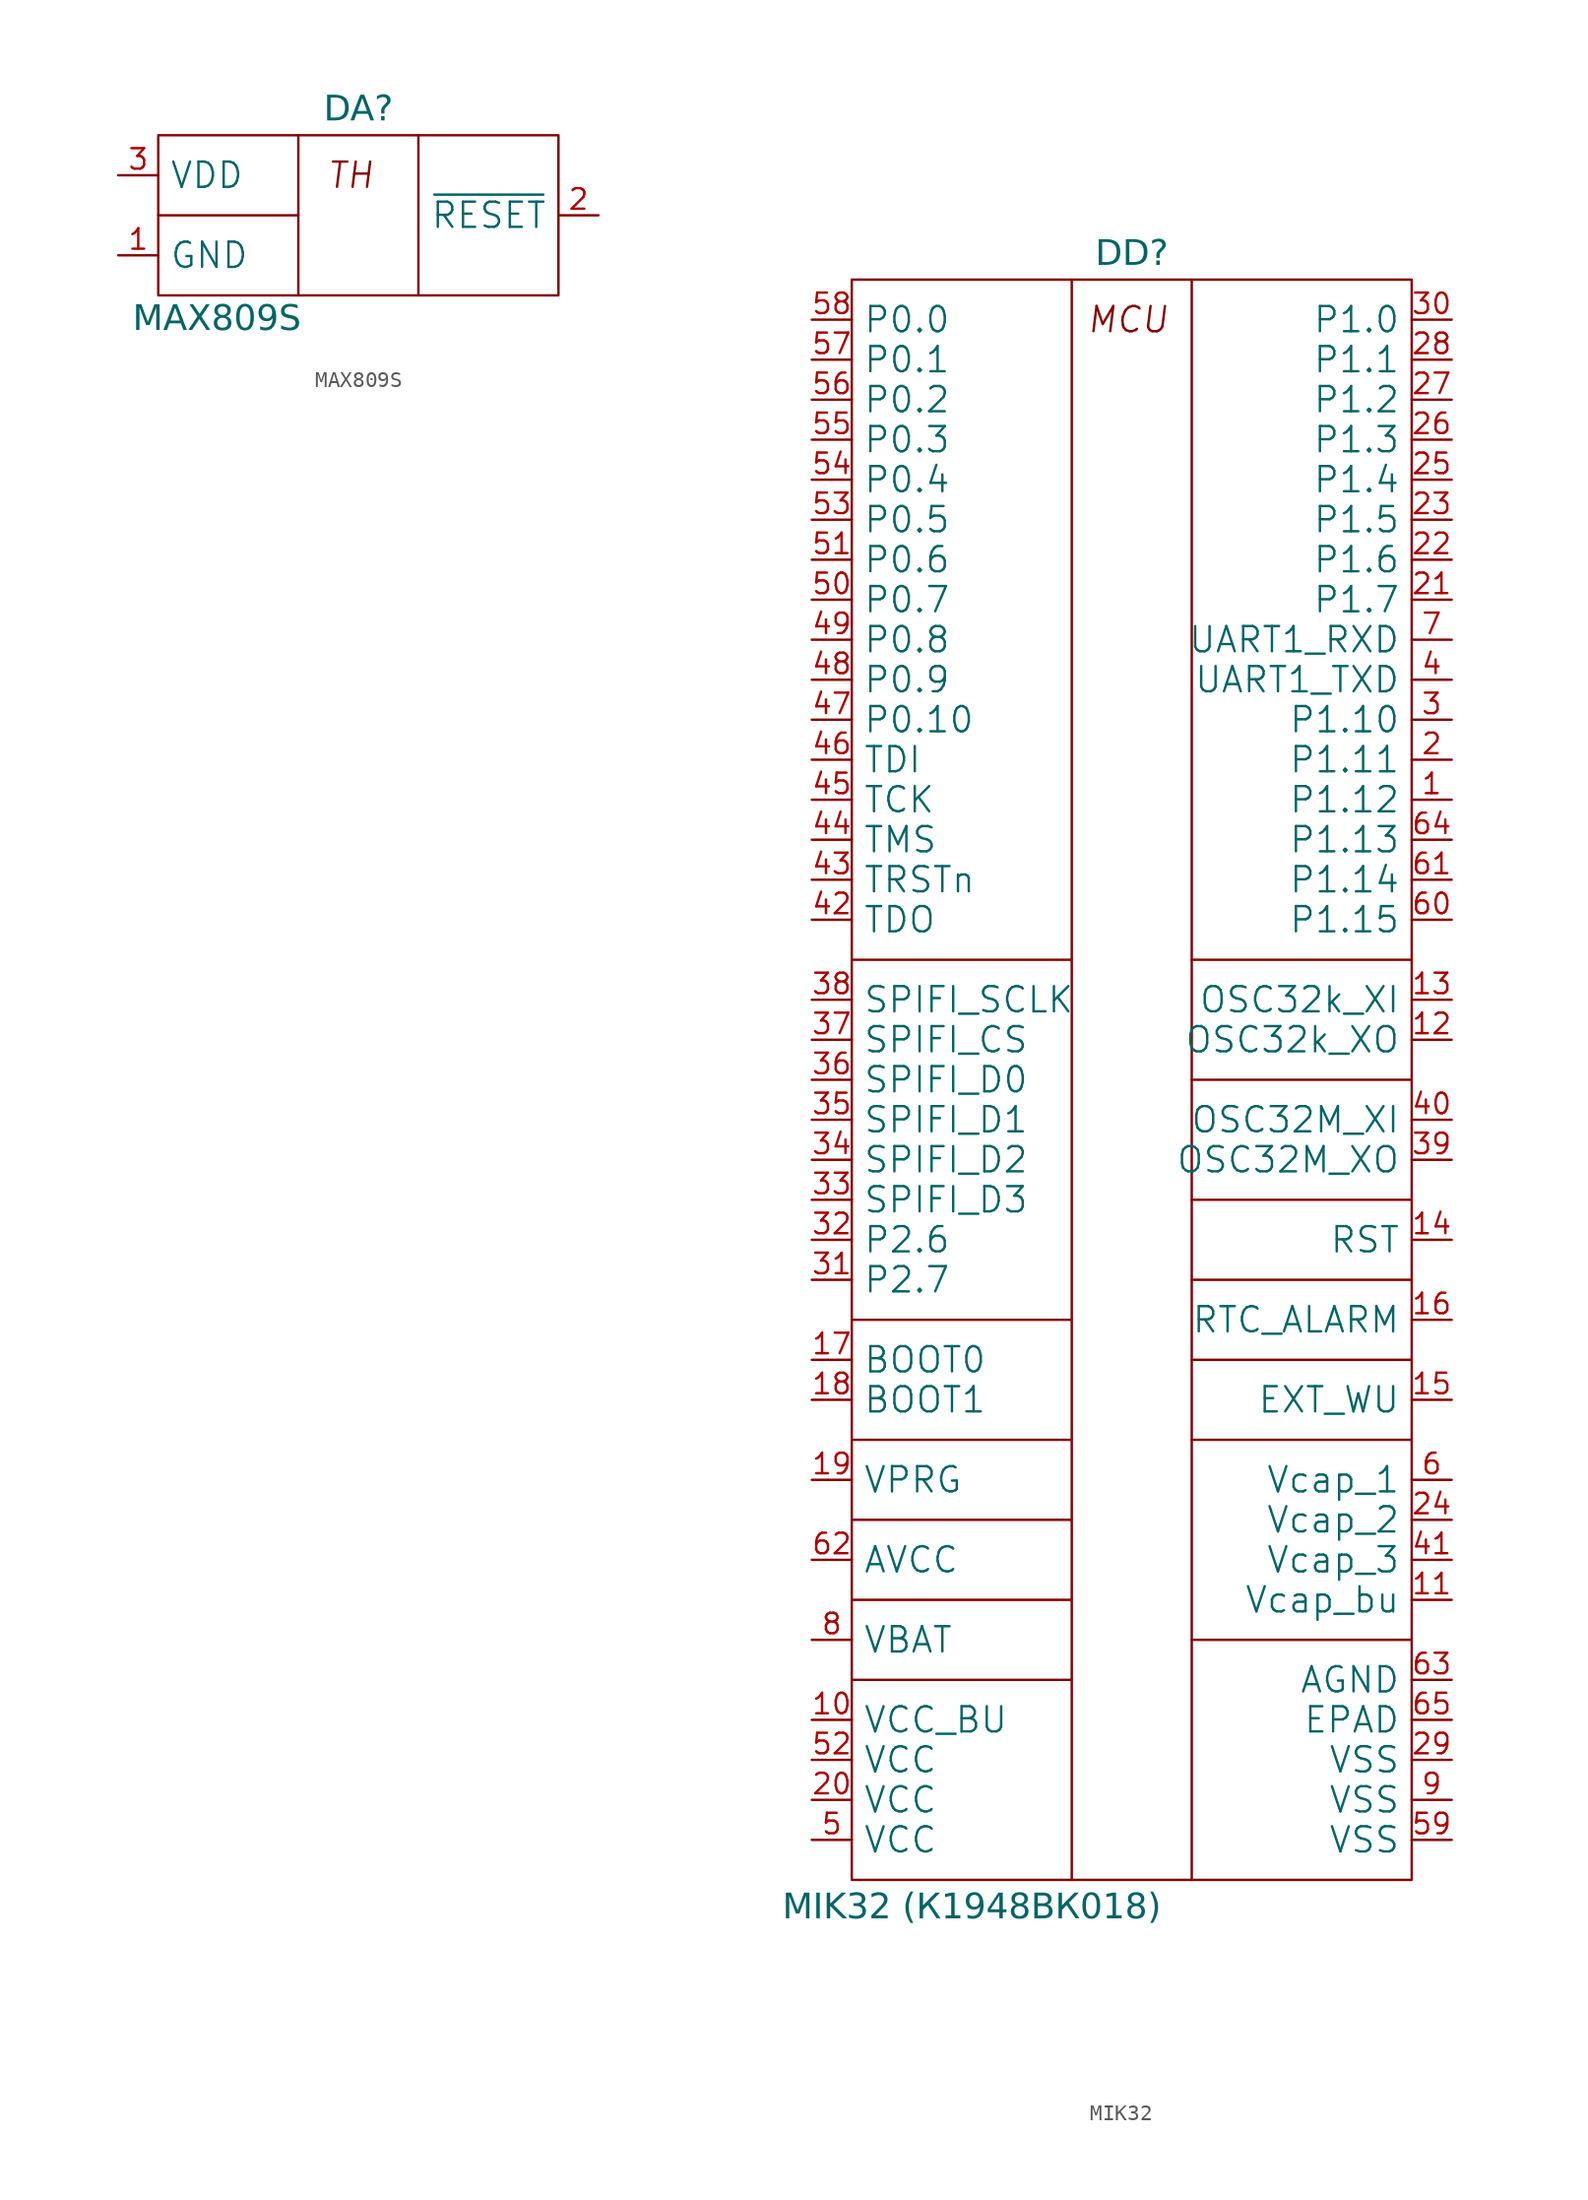
<source format=kicad_sym>
(kicad_symbol_lib
  (version 20231120)
  (generator "kicad_symbol_editor")
  (generator_version "8.0")
  (symbol "MAX809S"
    (pin_names
      (offset 0.7))
    (property "Reference" "DA"
      (at 0 5.08 0)
      (effects (font (face "GOST type A") (size 1.6 1.6) (italic yes)) (justify top)))
    (property "Value" "MAX809S"
      (at -8.98 -9.152 0)
      (effects (font (face "GOST type A") (size 1.6 1.6) (italic yes))))
    (symbol "MAX809S_0_1"
      (polyline (pts (xy -3.81 2.54) (xy -3.81 -7.62)) (stroke (width 0) (type default)) (fill (type none)))
      (polyline (pts (xy 3.81 2.54) (xy 3.81 -7.62)) (stroke (width 0) (type default)) (fill (type none))))
    (symbol "MAX809S_1_1"
      (polyline (pts (xy -12.7 -2.54) (xy -3.81 -2.54)) (stroke (width 0) (type default)) (fill (type none)))
      (polyline (pts (xy -12.7 -7.62) (xy -12.7 2.54) (xy 12.7 2.54) (xy 12.7 -7.62) (xy -12.7 -7.62) (xy -12.7 -7.62)) (stroke (width 0) (type default)) (fill (type none)))
      (text "TH" (at -0.508 0 0) (effects (font (size 1.6 1.6) (italic yes))))
      (pin passive line (at -15.24 -5.08 0) (length 2.54) (name "GND" (effects (font (size 1.6 1.6)))) (number "1" (effects (font (size 1.3 1.3)))))
      (pin passive line (at 15.24 -2.54 180) (length 2.54) (name "~{RESET}" (effects (font (size 1.6 1.6)))) (number "2" (effects (font (size 1.3 1.3)))))
      (pin passive line (at -15.24 0 0) (length 2.54) (name "VDD" (effects (font (size 1.6 1.6)))) (number "3" (effects (font (size 1.3 1.3)))))))
  (symbol "MIK32"
    (pin_names
      (offset 0.7))
    (property "Reference" "DD"
      (at 0 22.86 0)
      (effects (font (face "GOST type A") (size 1.6 1.6) (italic yes)) (justify top)))
    (property "Value" "MIK32 (К1948ВК018)"
      (at -10.16 -83.058 0)
      (effects (font (face "GOST type A") (size 1.6 1.6) (italic yes))))
    (symbol "MIK32_0_1"
      (polyline (pts (xy -3.81 20.32) (xy -3.81 -81.28)) (stroke (width 0) (type default)) (fill (type none)))
      (polyline (pts (xy 3.81 20.32) (xy 3.81 -81.28)) (stroke (width 0) (type default)) (fill (type none))))
    (symbol "MIK32_1_1"
      (polyline (pts (xy -17.78 -68.58) (xy -3.81 -68.58)) (stroke (width 0) (type default)) (fill (type none)))
      (polyline (pts (xy -17.78 -63.5) (xy -3.81 -63.5)) (stroke (width 0) (type default)) (fill (type none)))
      (polyline (pts (xy -17.78 -58.42) (xy -3.81 -58.42)) (stroke (width 0) (type default)) (fill (type none)))
      (polyline (pts (xy -17.78 -53.34) (xy -3.81 -53.34)) (stroke (width 0) (type default)) (fill (type none)))
      (polyline (pts (xy -17.78 -45.72) (xy -3.81 -45.72)) (stroke (width 0) (type default)) (fill (type none)))
      (polyline (pts (xy -17.78 -22.86) (xy -3.81 -22.86)) (stroke (width 0) (type default)) (fill (type none)))
      (polyline (pts (xy 3.81 -66.04) (xy 17.78 -66.04)) (stroke (width 0) (type default)) (fill (type none)))
      (polyline (pts (xy 3.81 -53.34) (xy 17.78 -53.34)) (stroke (width 0) (type default)) (fill (type none)))
      (polyline (pts (xy 3.81 -48.26) (xy 17.78 -48.26)) (stroke (width 0) (type default)) (fill (type none)))
      (polyline (pts (xy 3.81 -43.18) (xy 17.78 -43.18)) (stroke (width 0) (type default)) (fill (type none)))
      (polyline (pts (xy 3.81 -38.1) (xy 17.78 -38.1)) (stroke (width 0) (type default)) (fill (type none)))
      (polyline (pts (xy 3.81 -30.48) (xy 17.78 -30.48)) (stroke (width 0) (type default)) (fill (type none)))
      (polyline (pts (xy 3.81 -22.86) (xy 17.78 -22.86)) (stroke (width 0) (type default)) (fill (type none)))
      (polyline (pts (xy -17.78 1.27) (xy -17.78 20.32) (xy 17.78 20.32) (xy 17.78 -81.28) (xy -17.78 -81.28) (xy -17.78 1.27)) (stroke (width 0) (type default)) (fill (type none)))
      (text "MCU" (at -0.254 17.78 0) (effects (font (size 1.6 1.6) (italic yes))))
      (pin passive line (at 20.32 -12.7 180) (length 2.54) (name "P1.12" (effects (font (size 1.6 1.6)))) (number "1" (effects (font (size 1.3 1.3)))))
      (pin passive line (at -20.32 -71.12 0) (length 2.54) (name "VCC_BU" (effects (font (size 1.6 1.6)))) (number "10" (effects (font (size 1.3 1.3)))))
      (pin passive line (at 20.32 -63.5 180) (length 2.54) (name "Vcap_bu" (effects (font (size 1.6 1.6)))) (number "11" (effects (font (size 1.3 1.3)))))
      (pin passive line (at 20.32 -27.94 180) (length 2.54) (name "OSC32k_XO" (effects (font (size 1.6 1.6)))) (number "12" (effects (font (size 1.3 1.3)))))
      (pin passive line (at 20.32 -25.4 180) (length 2.54) (name "OSC32k_XI" (effects (font (size 1.6 1.6)))) (number "13" (effects (font (size 1.3 1.3)))))
      (pin passive line (at 20.32 -40.64 180) (length 2.54) (name "RST" (effects (font (size 1.6 1.6)))) (number "14" (effects (font (size 1.3 1.3)))))
      (pin passive line (at 20.32 -50.8 180) (length 2.54) (name "EXT_WU" (effects (font (size 1.6 1.6)))) (number "15" (effects (font (size 1.3 1.3)))))
      (pin passive line (at 20.32 -45.72 180) (length 2.54) (name "RTC_ALARM" (effects (font (size 1.6 1.6)))) (number "16" (effects (font (size 1.3 1.3)))))
      (pin passive line (at -20.32 -48.26 0) (length 2.54) (name "BOOT0" (effects (font (size 1.6 1.6)))) (number "17" (effects (font (size 1.3 1.3)))))
      (pin passive line (at -20.32 -50.8 0) (length 2.54) (name "BOOT1" (effects (font (size 1.6 1.6)))) (number "18" (effects (font (size 1.3 1.3)))))
      (pin passive line (at -20.32 -55.88 0) (length 2.54) (name "VPRG" (effects (font (size 1.6 1.6)))) (number "19" (effects (font (size 1.3 1.3)))))
      (pin passive line (at 20.32 -10.16 180) (length 2.54) (name "P1.11" (effects (font (size 1.6 1.6)))) (number "2" (effects (font (size 1.3 1.3)))))
      (pin passive line (at -20.32 -76.2 0) (length 2.54) (name "VCC" (effects (font (size 1.6 1.6)))) (number "20" (effects (font (size 1.3 1.3)))))
      (pin passive line (at 20.32 0 180) (length 2.54) (name "P1.7" (effects (font (size 1.6 1.6)))) (number "21" (effects (font (size 1.3 1.3)))))
      (pin passive line (at 20.32 2.54 180) (length 2.54) (name "P1.6" (effects (font (size 1.6 1.6)))) (number "22" (effects (font (size 1.3 1.3)))))
      (pin passive line (at 20.32 5.08 180) (length 2.54) (name "P1.5" (effects (font (size 1.6 1.6)))) (number "23" (effects (font (size 1.3 1.3)))))
      (pin passive line (at 20.32 -58.42 180) (length 2.54) (name "Vcap_2" (effects (font (size 1.6 1.6)))) (number "24" (effects (font (size 1.3 1.3)))))
      (pin passive line (at 20.32 7.62 180) (length 2.54) (name "P1.4" (effects (font (size 1.6 1.6)))) (number "25" (effects (font (size 1.3 1.3)))))
      (pin passive line (at 20.32 10.16 180) (length 2.54) (name "P1.3" (effects (font (size 1.6 1.6)))) (number "26" (effects (font (size 1.3 1.3)))))
      (pin passive line (at 20.32 12.7 180) (length 2.54) (name "P1.2" (effects (font (size 1.6 1.6)))) (number "27" (effects (font (size 1.3 1.3)))))
      (pin passive line (at 20.32 15.24 180) (length 2.54) (name "P1.1" (effects (font (size 1.6 1.6)))) (number "28" (effects (font (size 1.3 1.3)))))
      (pin passive line (at 20.32 -73.66 180) (length 2.54) (name "VSS" (effects (font (size 1.6 1.6)))) (number "29" (effects (font (size 1.3 1.3)))))
      (pin passive line (at 20.32 -7.62 180) (length 2.54) (name "P1.10" (effects (font (size 1.6 1.6)))) (number "3" (effects (font (size 1.3 1.3)))))
      (pin passive line (at 20.32 17.78 180) (length 2.54) (name "P1.0" (effects (font (size 1.6 1.6)))) (number "30" (effects (font (size 1.3 1.3)))))
      (pin passive line (at -20.32 -43.18 0) (length 2.54) (name "P2.7" (effects (font (size 1.6 1.6)))) (number "31" (effects (font (size 1.3 1.3)))))
      (pin passive line (at -20.32 -40.64 0) (length 2.54) (name "P2.6" (effects (font (size 1.6 1.6)))) (number "32" (effects (font (size 1.3 1.3)))))
      (pin passive line (at -20.32 -38.1 0) (length 2.54) (name "SPIFI_D3" (effects (font (size 1.6 1.6)))) (number "33" (effects (font (size 1.3 1.3)))))
      (pin passive line (at -20.32 -35.56 0) (length 2.54) (name "SPIFI_D2" (effects (font (size 1.6 1.6)))) (number "34" (effects (font (size 1.3 1.3)))))
      (pin passive line (at -20.32 -33.02 0) (length 2.54) (name "SPIFI_D1" (effects (font (size 1.6 1.6)))) (number "35" (effects (font (size 1.3 1.3)))))
      (pin passive line (at -20.32 -30.48 0) (length 2.54) (name "SPIFI_D0" (effects (font (size 1.6 1.6)))) (number "36" (effects (font (size 1.3 1.3)))))
      (pin passive line (at -20.32 -27.94 0) (length 2.54) (name "SPIFI_CS" (effects (font (size 1.6 1.6)))) (number "37" (effects (font (size 1.3 1.3)))))
      (pin passive line (at -20.32 -25.4 0) (length 2.54) (name "SPIFI_SCLK" (effects (font (size 1.6 1.6)))) (number "38" (effects (font (size 1.3 1.3)))))
      (pin passive line (at 20.32 -35.56 180) (length 2.54) (name "OSC32M_XO" (effects (font (size 1.6 1.6)))) (number "39" (effects (font (size 1.3 1.3)))))
      (pin passive line (at 20.32 -5.08 180) (length 2.54) (name "UART1_TXD" (effects (font (size 1.6 1.6)))) (number "4" (effects (font (size 1.3 1.3)))))
      (pin passive line (at 20.32 -33.02 180) (length 2.54) (name "OSC32M_XI" (effects (font (size 1.6 1.6)))) (number "40" (effects (font (size 1.3 1.3)))))
      (pin passive line (at 20.32 -60.96 180) (length 2.54) (name "Vcap_3" (effects (font (size 1.6 1.6)))) (number "41" (effects (font (size 1.3 1.3)))))
      (pin passive line (at -20.32 -20.32 0) (length 2.54) (name "TDO" (effects (font (size 1.6 1.6)))) (number "42" (effects (font (size 1.3 1.3)))))
      (pin passive line (at -20.32 -17.78 0) (length 2.54) (name "TRSTn" (effects (font (size 1.6 1.6)))) (number "43" (effects (font (size 1.3 1.3)))))
      (pin passive line (at -20.32 -15.24 0) (length 2.54) (name "TMS" (effects (font (size 1.6 1.6)))) (number "44" (effects (font (size 1.3 1.3)))))
      (pin passive line (at -20.32 -12.7 0) (length 2.54) (name "TCK" (effects (font (size 1.6 1.6)))) (number "45" (effects (font (size 1.3 1.3)))))
      (pin passive line (at -20.32 -10.16 0) (length 2.54) (name "TDI" (effects (font (size 1.6 1.6)))) (number "46" (effects (font (size 1.3 1.3)))))
      (pin passive line (at -20.32 -7.62 0) (length 2.54) (name "P0.10" (effects (font (size 1.6 1.6)))) (number "47" (effects (font (size 1.3 1.3)))))
      (pin passive line (at -20.32 -5.08 0) (length 2.54) (name "P0.9" (effects (font (size 1.6 1.6)))) (number "48" (effects (font (size 1.3 1.3)))))
      (pin passive line (at -20.32 -2.54 0) (length 2.54) (name "P0.8" (effects (font (size 1.6 1.6)))) (number "49" (effects (font (size 1.3 1.3)))))
      (pin passive line (at -20.32 -78.74 0) (length 2.54) (name "VCC" (effects (font (size 1.6 1.6)))) (number "5" (effects (font (size 1.3 1.3)))))
      (pin passive line (at -20.32 0 0) (length 2.54) (name "P0.7" (effects (font (size 1.6 1.6)))) (number "50" (effects (font (size 1.3 1.3)))))
      (pin passive line (at -20.32 2.54 0) (length 2.54) (name "P0.6" (effects (font (size 1.6 1.6)))) (number "51" (effects (font (size 1.3 1.3)))))
      (pin passive line (at -20.32 -73.66 0) (length 2.54) (name "VCC" (effects (font (size 1.6 1.6)))) (number "52" (effects (font (size 1.3 1.3)))))
      (pin passive line (at -20.32 5.08 0) (length 2.54) (name "P0.5" (effects (font (size 1.6 1.6)))) (number "53" (effects (font (size 1.3 1.3)))))
      (pin passive line (at -20.32 7.62 0) (length 2.54) (name "P0.4" (effects (font (size 1.6 1.6)))) (number "54" (effects (font (size 1.3 1.3)))))
      (pin passive line (at -20.32 10.16 0) (length 2.54) (name "P0.3" (effects (font (size 1.6 1.6)))) (number "55" (effects (font (size 1.3 1.3)))))
      (pin passive line (at -20.32 12.7 0) (length 2.54) (name "P0.2" (effects (font (size 1.6 1.6)))) (number "56" (effects (font (size 1.3 1.3)))))
      (pin passive line (at -20.32 15.24 0) (length 2.54) (name "P0.1" (effects (font (size 1.6 1.6)))) (number "57" (effects (font (size 1.3 1.3)))))
      (pin passive line (at -20.32 17.78 0) (length 2.54) (name "P0.0" (effects (font (size 1.6 1.6)))) (number "58" (effects (font (size 1.3 1.3)))))
      (pin passive line (at 20.32 -78.74 180) (length 2.54) (name "VSS" (effects (font (size 1.6 1.6)))) (number "59" (effects (font (size 1.3 1.3)))))
      (pin passive line (at 20.32 -55.88 180) (length 2.54) (name "Vcap_1" (effects (font (size 1.6 1.6)))) (number "6" (effects (font (size 1.3 1.3)))))
      (pin passive line (at 20.32 -20.32 180) (length 2.54) (name "P1.15" (effects (font (size 1.6 1.6)))) (number "60" (effects (font (size 1.3 1.3)))))
      (pin passive line (at 20.32 -17.78 180) (length 2.54) (name "P1.14" (effects (font (size 1.6 1.6)))) (number "61" (effects (font (size 1.3 1.3)))))
      (pin passive line (at -20.32 -60.96 0) (length 2.54) (name "AVCC" (effects (font (size 1.6 1.6)))) (number "62" (effects (font (size 1.3 1.3)))))
      (pin passive line (at 20.32 -68.58 180) (length 2.54) (name "AGND" (effects (font (size 1.6 1.6)))) (number "63" (effects (font (size 1.3 1.3)))))
      (pin passive line (at 20.32 -15.24 180) (length 2.54) (name "P1.13" (effects (font (size 1.6 1.6)))) (number "64" (effects (font (size 1.3 1.3)))))
      (pin passive line (at 20.32 -71.12 180) (length 2.54) (name "EPAD" (effects (font (size 1.6 1.6)))) (number "65" (effects (font (size 1.3 1.3)))))
      (pin passive line (at 20.32 -2.54 180) (length 2.54) (name "UART1_RXD" (effects (font (size 1.6 1.6)))) (number "7" (effects (font (size 1.3 1.3)))))
      (pin passive line (at -20.32 -66.04 0) (length 2.54) (name "VBAT" (effects (font (size 1.6 1.6)))) (number "8" (effects (font (size 1.3 1.3)))))
      (pin passive line (at 20.32 -76.2 180) (length 2.54) (name "VSS" (effects (font (size 1.6 1.6)))) (number "9" (effects (font (size 1.3 1.3))))))))
</source>
